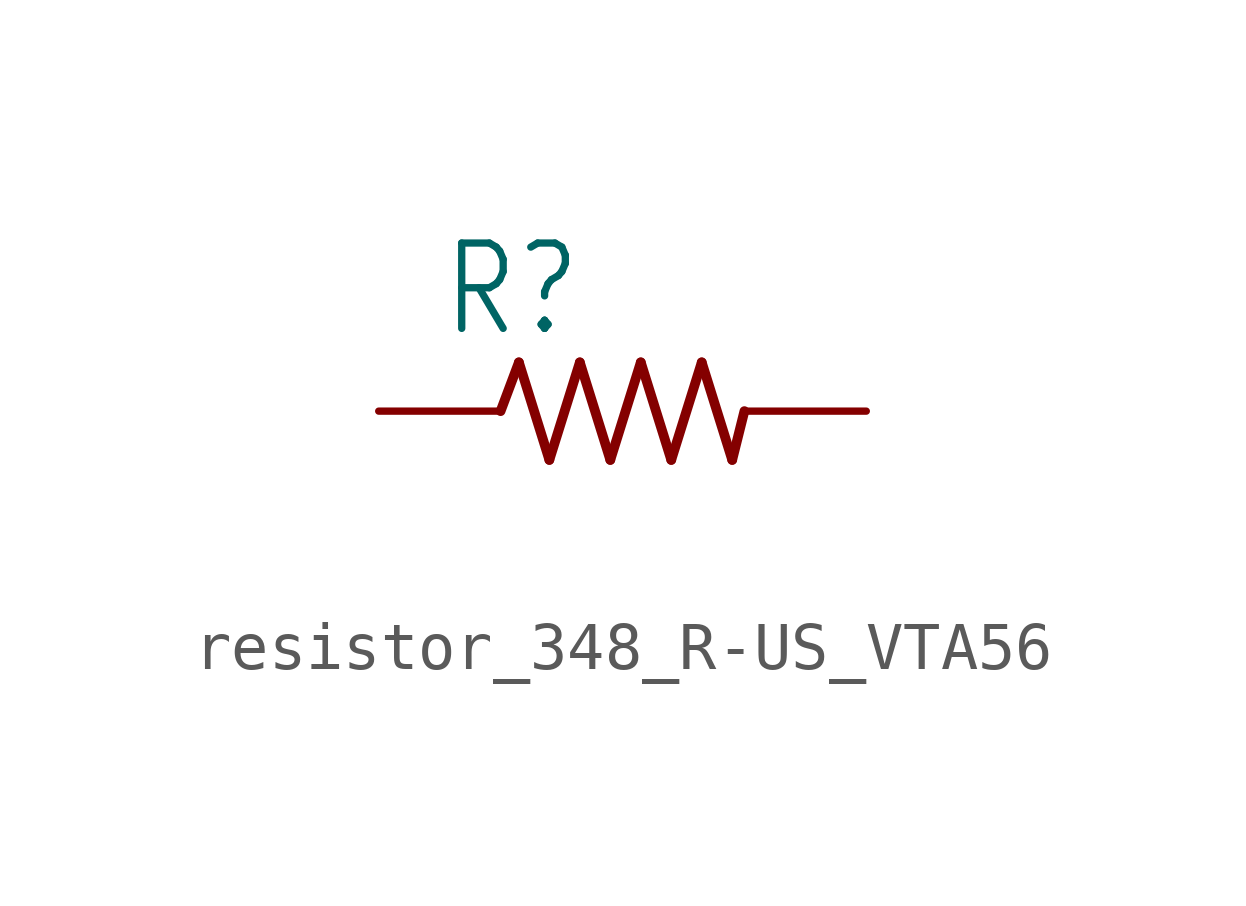
<source format=kicad_sym>
(kicad_symbol_lib
  (version 20241209)
  (generator "kicad_symbol_editor")
  (generator_version "9.0")
  (symbol "resistor_348_R-US_VTA56"
    (property "Reference" "R"
      (at -3.81 1.499 0)
      (effects (font (size 1.778 1.511)) (justify left bottom)))
    (property "Value" ""
      (at -3.81 -3.302 0)
      (effects (font (size 1.778 1.511)) (justify left bottom)))
    (property "ki_locked" ""
      (at 0 0 0)
      (effects (font (size 1.27 1.27))))
    (symbol "resistor_348_R-US_VTA56_1_0"
      (polyline (pts (xy -2.54 0) (xy -2.159 1.016)) (stroke (width 0.203) (type solid)) (fill (type none)))
      (polyline (pts (xy -2.159 1.016) (xy -1.524 -1.016)) (stroke (width 0.203) (type solid)) (fill (type none)))
      (polyline (pts (xy -1.524 -1.016) (xy -0.889 1.016)) (stroke (width 0.203) (type solid)) (fill (type none)))
      (polyline (pts (xy -0.889 1.016) (xy -0.254 -1.016)) (stroke (width 0.203) (type solid)) (fill (type none)))
      (polyline (pts (xy -0.254 -1.016) (xy 0.381 1.016)) (stroke (width 0.203) (type solid)) (fill (type none)))
      (polyline (pts (xy 0.381 1.016) (xy 1.016 -1.016)) (stroke (width 0.203) (type solid)) (fill (type none)))
      (polyline (pts (xy 1.016 -1.016) (xy 1.651 1.016)) (stroke (width 0.203) (type solid)) (fill (type none)))
      (polyline (pts (xy 1.651 1.016) (xy 2.286 -1.016)) (stroke (width 0.203) (type solid)) (fill (type none)))
      (polyline (pts (xy 2.286 -1.016) (xy 2.54 0)) (stroke (width 0.203) (type solid)) (fill (type none)))
      (pin passive line (at -5.08 0 0) (length 2.54) (name "1" (effects (font (size 0 0)))) (number "1" (effects (font (size 0 0)))))
      (pin passive line (at 5.08 0 180) (length 2.54) (name "2" (effects (font (size 0 0)))) (number "2" (effects (font (size 0 0))))))))
</source>
